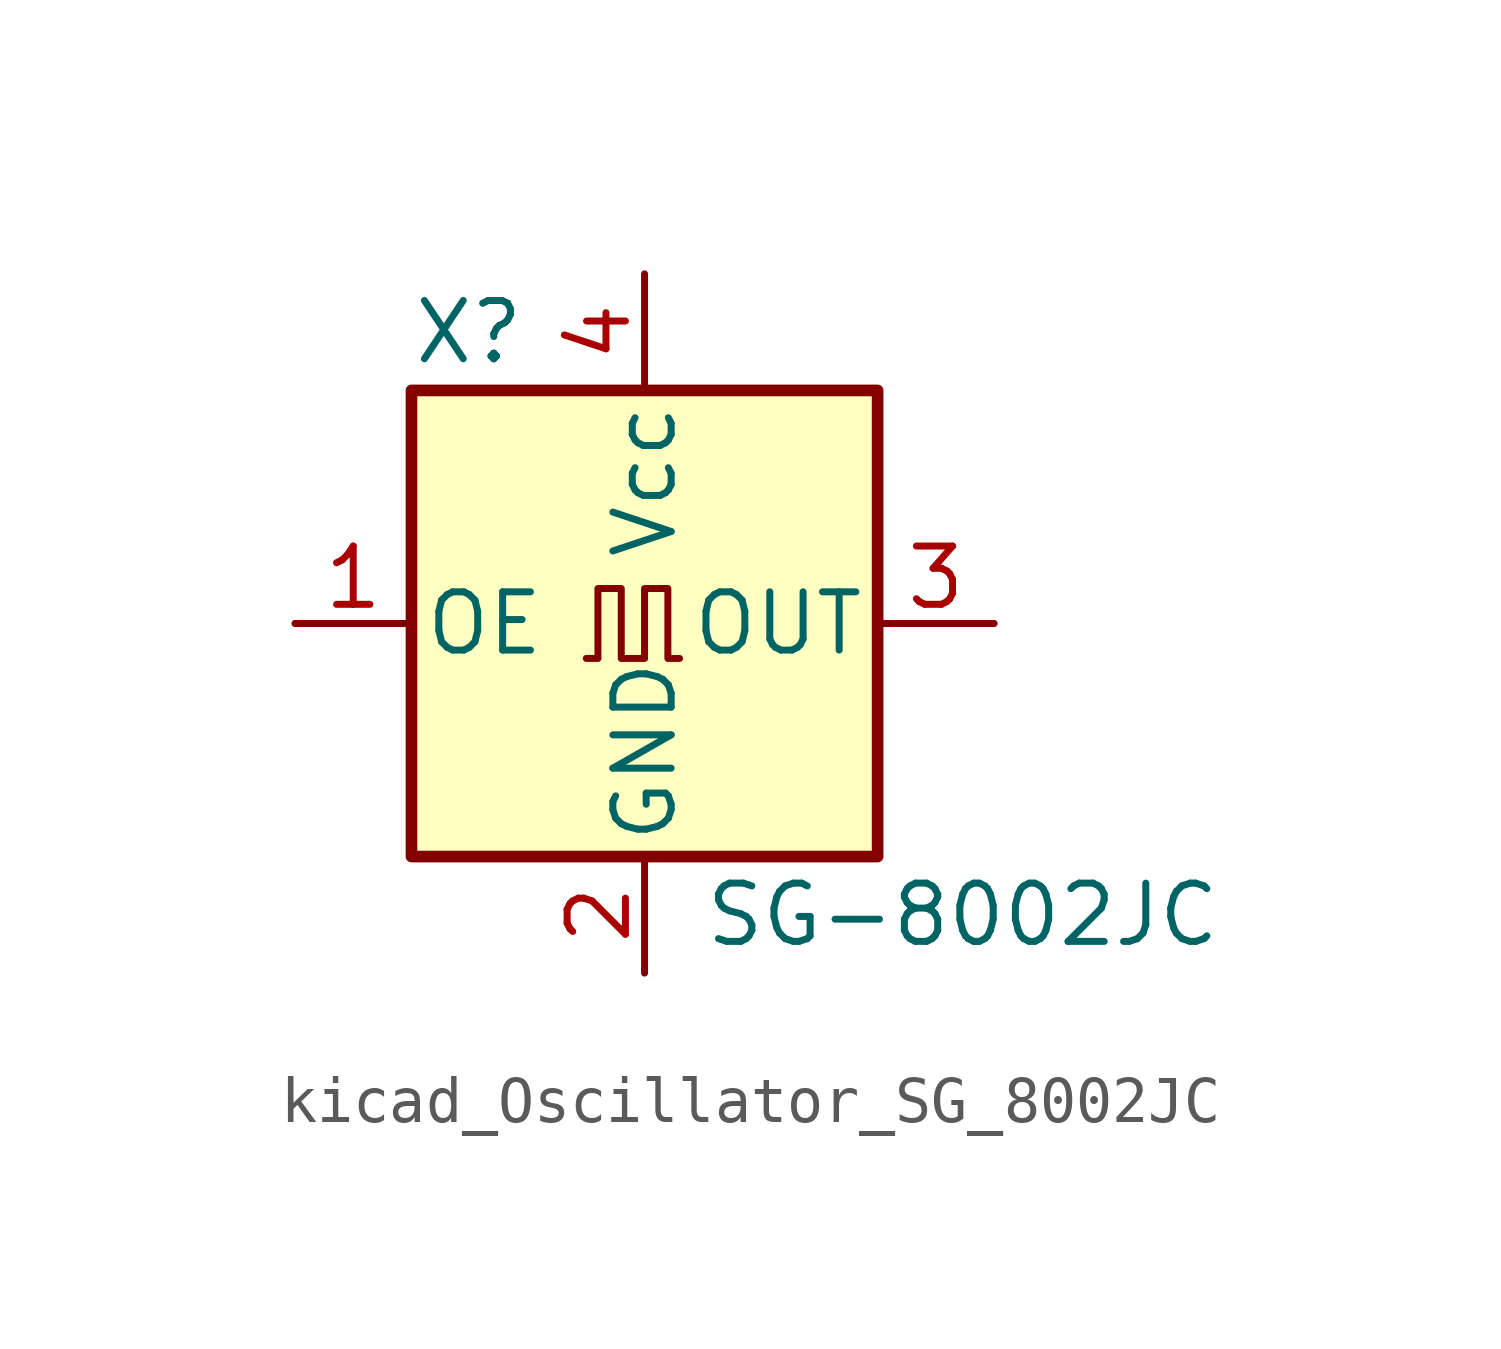
<source format=kicad_sym>
(kicad_symbol_lib
  (version 20220914)
  (generator kicad_symbol_editor)
  (symbol "kicad_Oscillator_SG_8002JC"
    (pin_names
      (offset 0.254))
    (property "Reference" "X"
      (at -5.08 6.35 0)
      (effects (font (size 1.27 1.27)) (justify left)))
    (property "Value" "SG-8002JC"
      (at 1.27 -6.35 0)
      (effects (font (size 1.27 1.27)) (justify left)))
    (symbol "kicad_Oscillator_SG_8002JC_0_1"
      (rectangle (start -5.08 5.08) (end 5.08 -5.08) (stroke (width 0.254) (type default)) (fill (type background)))
      (polyline (pts (xy -1.27 -0.762) (xy -1.016 -0.762) (xy -1.016 0.762) (xy -0.508 0.762) (xy -0.508 -0.762) (xy 0 -0.762) (xy 0 0.762) (xy 0.508 0.762) (xy 0.508 -0.762) (xy 0.762 -0.762)) (stroke (width 0) (type default)) (fill (type none))))
    (symbol "kicad_Oscillator_SG_8002JC_1_1"
      (pin input line (at -7.62 0 0) (length 2.54) (name "OE" (effects (font (size 1.27 1.27)))) (number "1" (effects (font (size 1.27 1.27)))))
      (pin power_in line (at 0 -7.62 90) (length 2.54) (name "GND" (effects (font (size 1.27 1.27)))) (number "2" (effects (font (size 1.27 1.27)))))
      (pin output line (at 7.62 0 180) (length 2.54) (name "OUT" (effects (font (size 1.27 1.27)))) (number "3" (effects (font (size 1.27 1.27)))))
      (pin power_in line (at 0 7.62 270) (length 2.54) (name "Vcc" (effects (font (size 1.27 1.27)))) (number "4" (effects (font (size 1.27 1.27))))))))
</source>
